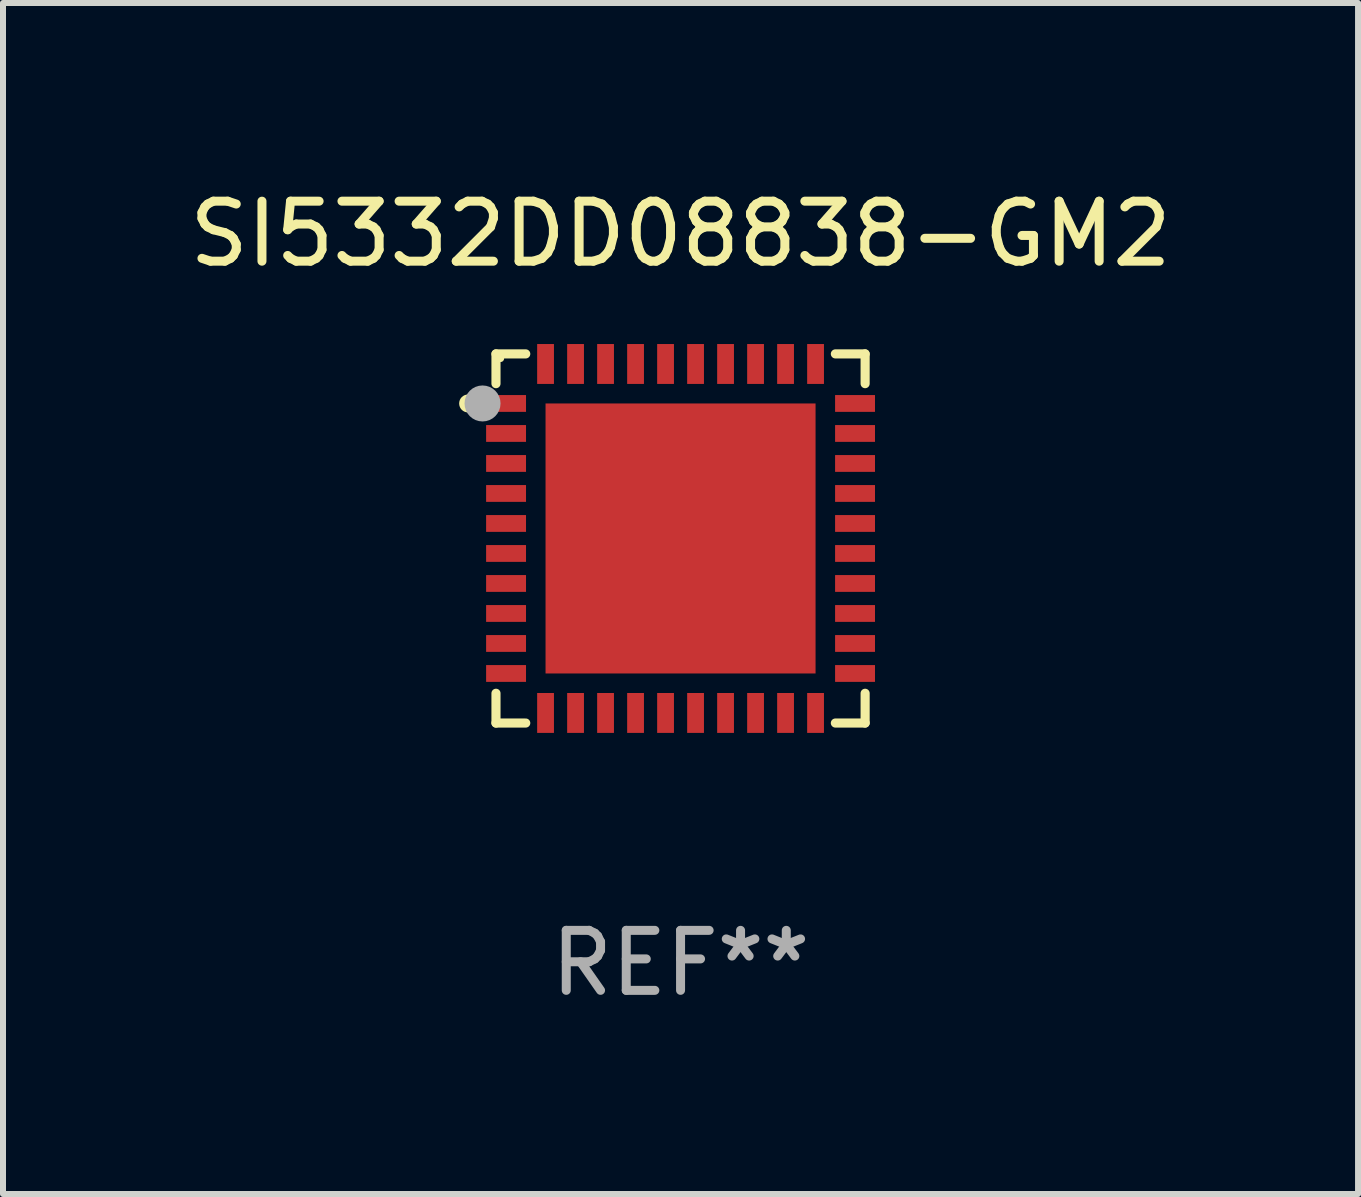
<source format=kicad_pcb>
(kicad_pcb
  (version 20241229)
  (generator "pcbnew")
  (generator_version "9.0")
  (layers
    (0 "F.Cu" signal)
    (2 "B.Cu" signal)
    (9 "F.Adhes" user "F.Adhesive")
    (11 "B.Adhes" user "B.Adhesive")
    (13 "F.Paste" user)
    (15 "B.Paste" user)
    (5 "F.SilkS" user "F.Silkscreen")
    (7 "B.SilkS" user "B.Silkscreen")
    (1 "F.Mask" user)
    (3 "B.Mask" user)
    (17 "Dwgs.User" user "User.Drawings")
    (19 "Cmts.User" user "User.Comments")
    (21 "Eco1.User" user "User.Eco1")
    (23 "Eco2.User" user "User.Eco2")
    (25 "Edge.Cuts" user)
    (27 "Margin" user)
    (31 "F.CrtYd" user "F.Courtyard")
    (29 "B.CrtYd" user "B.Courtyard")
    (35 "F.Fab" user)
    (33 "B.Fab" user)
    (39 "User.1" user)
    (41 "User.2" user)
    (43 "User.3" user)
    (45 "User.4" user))
  (footprint "SI5332DD08838-GM2"
    (layer "F.Cu")
    (at 8.292 5.924)
    (property "Reference" "SI5332DD08838-GM2" (at 0 -5.076 0) (layer "F.SilkS") (effects (font (size 1 1) (thickness 0.15))))
    (attr through_hole)
    (fp_line (start -3.076 -3.076) (end -3.076 -2.58) (stroke (width 0.152) (type solid)) (layer "F.SilkS"))
    (fp_line (start -3.076 3.076) (end -3.076 2.58) (stroke (width 0.152) (type solid)) (layer "F.SilkS"))
    (fp_line (start -2.58 -3.076) (end -3.076 -3.076) (stroke (width 0.152) (type solid)) (layer "F.SilkS"))
    (fp_line (start -2.58 3.076) (end -3.076 3.076) (stroke (width 0.152) (type solid)) (layer "F.SilkS"))
    (fp_line (start 2.58 -3.076) (end 3.076 -3.076) (stroke (width 0.152) (type solid)) (layer "F.SilkS"))
    (fp_line (start 2.58 3.076) (end 3.076 3.076) (stroke (width 0.152) (type solid)) (layer "F.SilkS"))
    (fp_line (start 3.076 -3.076) (end 3.076 -2.58) (stroke (width 0.152) (type solid)) (layer "F.SilkS"))
    (fp_line (start 3.076 3.076) (end 3.076 2.58) (stroke (width 0.152) (type solid)) (layer "F.SilkS"))
    (fp_circle (center -3.54 -2.25) (end -3.465 -2.25) (stroke (width 0.15) (type solid)) (fill no) (layer "F.SilkS"))
    (fp_circle (center -3 -3) (end -2.97 -3) (stroke (width 0.06) (type solid)) (fill no) (layer "F.SilkS"))
    (fp_circle (center -3.3 -2.25) (end -3.15 -2.25) (stroke (width 0.3) (type solid)) (fill no) (layer "F.Fab"))
    (fp_text user "REF**" (at 0 7.076 0) (layer "F.Fab") (effects (font (size 1 1) (thickness 0.15))))
    (pad "1" smd rect (at -2.908 -2.25) (size 0.665 0.28) (layers "F.Cu" "F.Mask" "F.Paste"))
    (pad "2" smd rect (at -2.908 -1.75) (size 0.665 0.28) (layers "F.Cu" "F.Mask" "F.Paste"))
    (pad "3" smd rect (at -2.908 -1.25) (size 0.665 0.28) (layers "F.Cu" "F.Mask" "F.Paste"))
    (pad "4" smd rect (at -2.908 -0.75) (size 0.665 0.28) (layers "F.Cu" "F.Mask" "F.Paste"))
    (pad "5" smd rect (at -2.908 -0.25) (size 0.665 0.28) (layers "F.Cu" "F.Mask" "F.Paste"))
    (pad "6" smd rect (at -2.908 0.25) (size 0.665 0.28) (layers "F.Cu" "F.Mask" "F.Paste"))
    (pad "7" smd rect (at -2.908 0.75) (size 0.665 0.28) (layers "F.Cu" "F.Mask" "F.Paste"))
    (pad "8" smd rect (at -2.908 1.25) (size 0.665 0.28) (layers "F.Cu" "F.Mask" "F.Paste"))
    (pad "9" smd rect (at -2.908 1.75) (size 0.665 0.28) (layers "F.Cu" "F.Mask" "F.Paste"))
    (pad "10" smd rect (at -2.908 2.25) (size 0.665 0.28) (layers "F.Cu" "F.Mask" "F.Paste"))
    (pad "11" smd rect (at -2.25 2.908) (size 0.28 0.665) (layers "F.Cu" "F.Mask" "F.Paste"))
    (pad "12" smd rect (at -1.75 2.908) (size 0.28 0.665) (layers "F.Cu" "F.Mask" "F.Paste"))
    (pad "13" smd rect (at -1.25 2.908) (size 0.28 0.665) (layers "F.Cu" "F.Mask" "F.Paste"))
    (pad "14" smd rect (at -0.75 2.908) (size 0.28 0.665) (layers "F.Cu" "F.Mask" "F.Paste"))
    (pad "15" smd rect (at -0.25 2.908) (size 0.28 0.665) (layers "F.Cu" "F.Mask" "F.Paste"))
    (pad "16" smd rect (at 0.25 2.908) (size 0.28 0.665) (layers "F.Cu" "F.Mask" "F.Paste"))
    (pad "17" smd rect (at 0.75 2.908) (size 0.28 0.665) (layers "F.Cu" "F.Mask" "F.Paste"))
    (pad "18" smd rect (at 1.25 2.908) (size 0.28 0.665) (layers "F.Cu" "F.Mask" "F.Paste"))
    (pad "19" smd rect (at 1.75 2.908) (size 0.28 0.665) (layers "F.Cu" "F.Mask" "F.Paste"))
    (pad "20" smd rect (at 2.25 2.908) (size 0.28 0.665) (layers "F.Cu" "F.Mask" "F.Paste"))
    (pad "21" smd rect (at 2.908 2.25) (size 0.665 0.28) (layers "F.Cu" "F.Mask" "F.Paste"))
    (pad "22" smd rect (at 2.908 1.75) (size 0.665 0.28) (layers "F.Cu" "F.Mask" "F.Paste"))
    (pad "23" smd rect (at 2.908 1.25) (size 0.665 0.28) (layers "F.Cu" "F.Mask" "F.Paste"))
    (pad "24" smd rect (at 2.908 0.75) (size 0.665 0.28) (layers "F.Cu" "F.Mask" "F.Paste"))
    (pad "25" smd rect (at 2.908 0.25) (size 0.665 0.28) (layers "F.Cu" "F.Mask" "F.Paste"))
    (pad "26" smd rect (at 2.908 -0.25) (size 0.665 0.28) (layers "F.Cu" "F.Mask" "F.Paste"))
    (pad "27" smd rect (at 2.908 -0.75) (size 0.665 0.28) (layers "F.Cu" "F.Mask" "F.Paste"))
    (pad "28" smd rect (at 2.908 -1.25) (size 0.665 0.28) (layers "F.Cu" "F.Mask" "F.Paste"))
    (pad "29" smd rect (at 2.908 -1.75) (size 0.665 0.28) (layers "F.Cu" "F.Mask" "F.Paste"))
    (pad "30" smd rect (at 2.908 -2.25) (size 0.665 0.28) (layers "F.Cu" "F.Mask" "F.Paste"))
    (pad "31" smd rect (at 2.25 -2.908) (size 0.28 0.665) (layers "F.Cu" "F.Mask" "F.Paste"))
    (pad "32" smd rect (at 1.75 -2.908) (size 0.28 0.665) (layers "F.Cu" "F.Mask" "F.Paste"))
    (pad "33" smd rect (at 1.25 -2.908) (size 0.28 0.665) (layers "F.Cu" "F.Mask" "F.Paste"))
    (pad "34" smd rect (at 0.75 -2.908) (size 0.28 0.665) (layers "F.Cu" "F.Mask" "F.Paste"))
    (pad "35" smd rect (at 0.25 -2.908) (size 0.28 0.665) (layers "F.Cu" "F.Mask" "F.Paste"))
    (pad "36" smd rect (at -0.25 -2.908) (size 0.28 0.665) (layers "F.Cu" "F.Mask" "F.Paste"))
    (pad "37" smd rect (at -0.75 -2.908) (size 0.28 0.665) (layers "F.Cu" "F.Mask" "F.Paste"))
    (pad "38" smd rect (at -1.25 -2.908) (size 0.28 0.665) (layers "F.Cu" "F.Mask" "F.Paste"))
    (pad "39" smd rect (at -1.75 -2.908) (size 0.28 0.665) (layers "F.Cu" "F.Mask" "F.Paste"))
    (pad "40" smd rect (at -2.25 -2.908) (size 0.28 0.665) (layers "F.Cu" "F.Mask" "F.Paste"))
    (pad "41" smd rect (at 0 0) (size 4.5 4.5) (layers "F.Cu" "F.Mask" "F.Paste")))
  (gr_rect
    (start -3 -3)
    (end 19.583 16.849)
    (stroke (width 0.1) (type default))
    (fill no)
    (layer "Edge.Cuts")))
</source>
